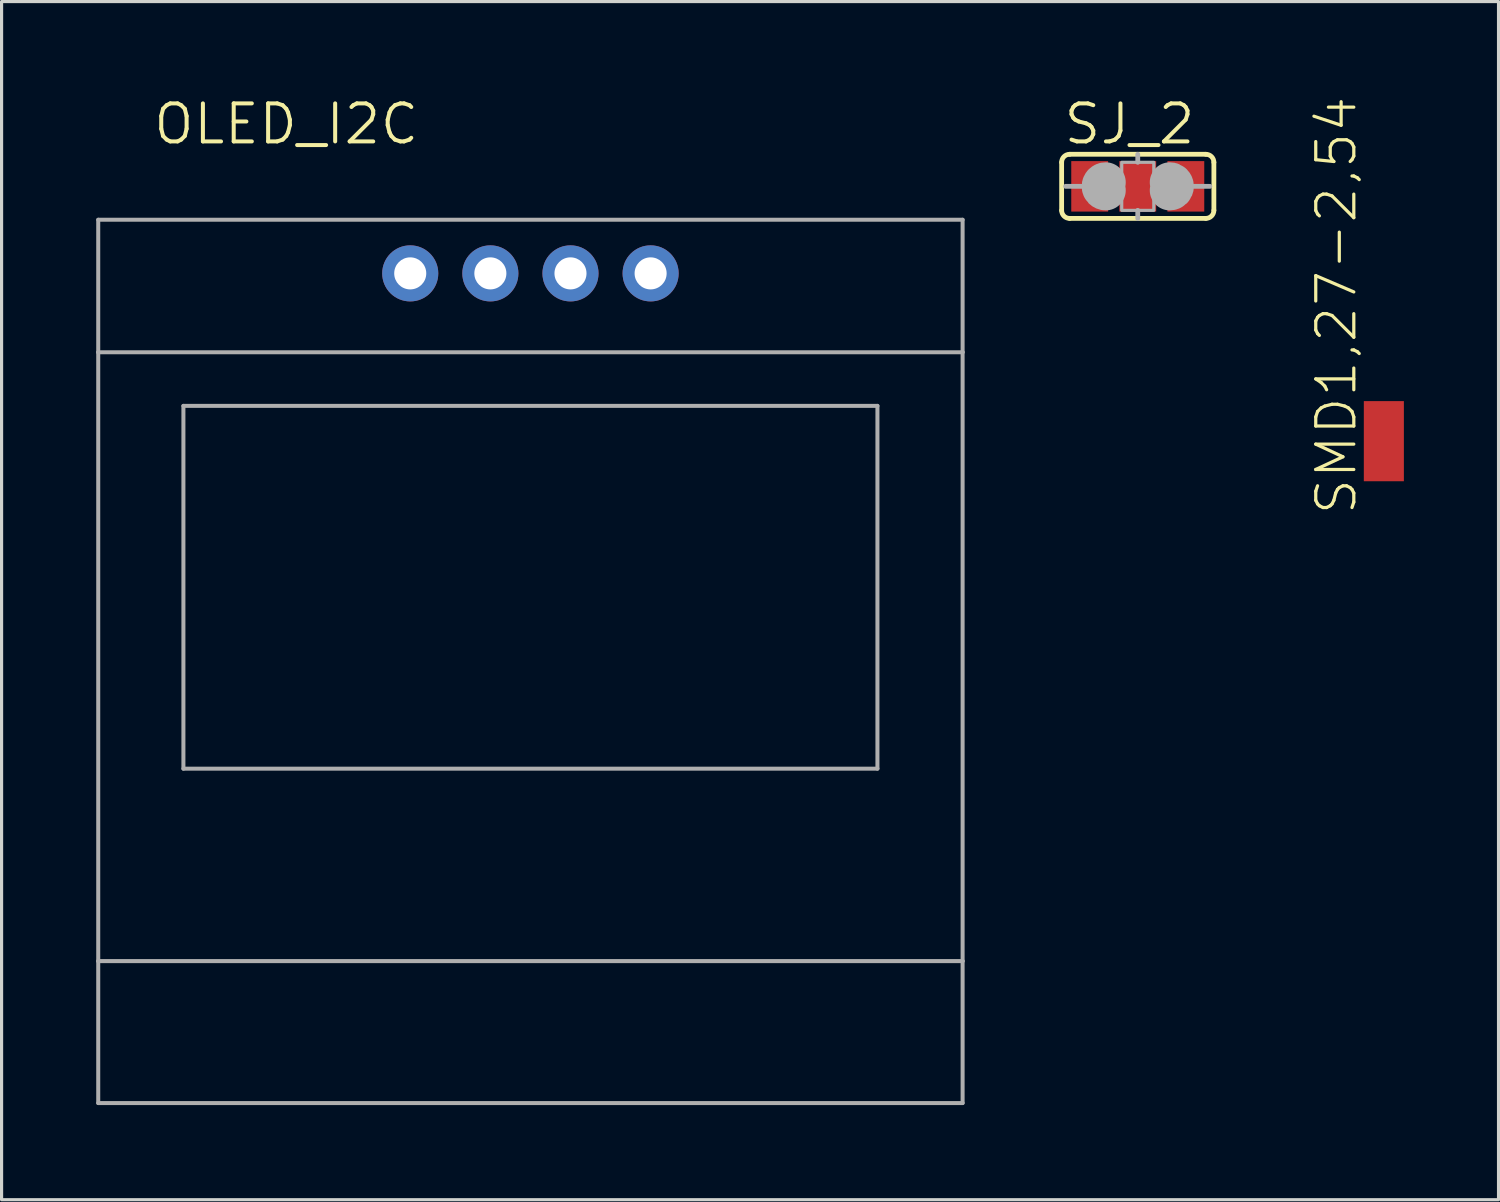
<source format=kicad_pcb>
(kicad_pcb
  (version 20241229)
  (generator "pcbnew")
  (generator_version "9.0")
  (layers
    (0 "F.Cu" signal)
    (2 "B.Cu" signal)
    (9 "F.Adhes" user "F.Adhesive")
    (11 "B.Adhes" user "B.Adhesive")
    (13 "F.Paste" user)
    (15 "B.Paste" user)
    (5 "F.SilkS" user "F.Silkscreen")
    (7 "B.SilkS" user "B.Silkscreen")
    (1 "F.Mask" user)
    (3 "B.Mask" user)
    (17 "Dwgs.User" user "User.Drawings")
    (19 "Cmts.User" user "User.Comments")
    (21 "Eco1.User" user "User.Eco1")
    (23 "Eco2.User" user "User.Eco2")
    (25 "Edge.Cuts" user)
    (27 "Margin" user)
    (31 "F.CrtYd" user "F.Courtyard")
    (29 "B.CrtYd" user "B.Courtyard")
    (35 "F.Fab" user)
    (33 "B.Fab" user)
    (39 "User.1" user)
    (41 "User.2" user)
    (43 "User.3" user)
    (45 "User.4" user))
  (footprint "SJ_2"
    (layer "F.Cu")
    (at 33.016 2.857)
    (property "Reference" "SJ_2" (at -2.413 -1.27 0) (layer "F.SilkS") (effects (font (size 1.206 1.206) (thickness 0.127)) (justify left bottom)))
    (attr through_hole)
    (fp_line (start -2.413 0.762) (end -2.413 -0.762) (stroke (width 0.152) (type solid)) (layer "F.SilkS"))
    (fp_line (start -2.159 -1.016) (end 2.159 -1.016) (stroke (width 0.152) (type solid)) (layer "F.SilkS"))
    (fp_line (start 2.159 1.016) (end -2.159 1.016) (stroke (width 0.152) (type solid)) (layer "F.SilkS"))
    (fp_line (start 2.413 0.762) (end 2.413 -0.762) (stroke (width 0.152) (type solid)) (layer "F.SilkS"))
    (fp_arc (start -2.413 -0.762) (mid -2.338605 -0.941605) (end -2.159 -1.016) (stroke (width 0.1524) (type solid)) (layer "F.SilkS"))
    (fp_arc (start -2.159 1.016) (mid -2.338605 0.941605) (end -2.413 0.762) (stroke (width 0.1524) (type solid)) (layer "F.SilkS"))
    (fp_arc (start 2.159 -1.016) (mid 2.338605 -0.941605) (end 2.413 -0.762) (stroke (width 0.1524) (type solid)) (layer "F.SilkS"))
    (fp_arc (start 2.413 0.762) (mid 2.338605 0.941605) (end 2.159 1.016) (stroke (width 0.1524) (type solid)) (layer "F.SilkS"))
    (fp_line (start -1.778 0) (end -2.286 0) (stroke (width 0.152) (type solid)) (layer "F.Fab"))
    (fp_line (start 0 -0.762) (end 0 -1.016) (stroke (width 0.152) (type solid)) (layer "F.Fab"))
    (fp_line (start 0 1.016) (end 0 0.762) (stroke (width 0.152) (type solid)) (layer "F.Fab"))
    (fp_line (start 1.778 0) (end 2.286 0) (stroke (width 0.152) (type solid)) (layer "F.Fab"))
    (fp_arc (start -1.016 0.127) (mid -1.143 0) (end -1.016 -0.127) (stroke (width 1.27) (type solid)) (layer "F.Fab"))
    (fp_arc (start 1.016 -0.127) (mid 1.143 0) (end 1.016 0.127) (stroke (width 1.27) (type solid)) (layer "F.Fab"))
    (fp_poly (pts (xy -0.508 0.762) (xy 0.508 0.762) (xy 0.508 -0.762) (xy -0.508 -0.762)) (stroke (width 0.1) (type solid)) (fill no) (layer "F.Fab"))
    (pad "1" smd rect (at -1.524 0) (size 1.168 1.6) (layers "F.Cu" "F.Mask" "F.Paste"))
    (pad "2" smd rect (at 0 0) (size 1.168 1.6) (layers "F.Cu" "F.Mask" "F.Paste"))
    (pad "3" smd rect (at 1.524 0) (size 1.168 1.6) (layers "F.Cu" "F.Mask" "F.Paste")))
  (footprint "SMD1,27-2,54"
    (layer "F.Cu")
    (at 40.817 10.935)
    (property "Reference" "SMD1,27-2,54" (at -0.8 2.4 90) (layer "F.SilkS") (effects (font (size 1.206 1.206) (thickness 0.102)) (justify left bottom)))
    (attr through_hole)
    (pad "1" smd rect (at 0 0) (size 1.27 2.54) (layers "F.Cu" "F.Mask" "F.Paste")))
  (footprint "OLED_I2C"
    (layer "F.Cu")
    (at 13.764 5.616)
    (property "Reference" "OLED_I2C" (at -12.016 -4.029 0) (layer "F.SilkS") (effects (font (size 1.206 1.206) (thickness 0.127)) (justify left bottom)))
    (attr through_hole)
    (fp_line (start -13.7 -1.7) (end 13.7 -1.7) (stroke (width 0.127) (type solid)) (layer "F.Fab"))
    (fp_line (start -13.7 2.5) (end -13.7 -1.7) (stroke (width 0.127) (type solid)) (layer "F.Fab"))
    (fp_line (start -13.7 2.5) (end 13.7 2.5) (stroke (width 0.127) (type solid)) (layer "F.Fab"))
    (fp_line (start -13.7 21.8) (end -13.7 2.5) (stroke (width 0.127) (type solid)) (layer "F.Fab"))
    (fp_line (start -13.7 21.8) (end 13.7 21.8) (stroke (width 0.127) (type solid)) (layer "F.Fab"))
    (fp_line (start -13.7 26.3) (end -13.7 21.8) (stroke (width 0.127) (type solid)) (layer "F.Fab"))
    (fp_line (start -11 4.2) (end 11 4.2) (stroke (width 0.127) (type solid)) (layer "F.Fab"))
    (fp_line (start -11 15.7) (end -11 4.2) (stroke (width 0.127) (type solid)) (layer "F.Fab"))
    (fp_line (start 11 4.2) (end 11 15.7) (stroke (width 0.127) (type solid)) (layer "F.Fab"))
    (fp_line (start 11 15.7) (end -11 15.7) (stroke (width 0.127) (type solid)) (layer "F.Fab"))
    (fp_line (start 13.7 -1.7) (end 13.7 2.5) (stroke (width 0.127) (type solid)) (layer "F.Fab"))
    (fp_line (start 13.7 2.5) (end 13.7 21.8) (stroke (width 0.127) (type solid)) (layer "F.Fab"))
    (fp_line (start 13.7 21.8) (end 13.7 26.3) (stroke (width 0.127) (type solid)) (layer "F.Fab"))
    (fp_line (start 13.7 26.3) (end -13.7 26.3) (stroke (width 0.127) (type solid)) (layer "F.Fab"))
    (fp_poly (pts (xy -4.064 0.254) (xy -3.556 0.254) (xy -3.556 -0.254) (xy -4.064 -0.254)) (stroke (width 0.1) (type solid)) (fill no) (layer "F.Fab"))
    (fp_poly (pts (xy -1.524 0.254) (xy -1.016 0.254) (xy -1.016 -0.254) (xy -1.524 -0.254)) (stroke (width 0.1) (type solid)) (fill no) (layer "F.Fab"))
    (fp_poly (pts (xy 1.016 0.254) (xy 1.524 0.254) (xy 1.524 -0.254) (xy 1.016 -0.254)) (stroke (width 0.1) (type solid)) (fill no) (layer "F.Fab"))
    (fp_poly (pts (xy 3.556 0.254) (xy 4.064 0.254) (xy 4.064 -0.254) (xy 3.556 -0.254)) (stroke (width 0.1) (type solid)) (fill no) (layer "F.Fab"))
    (pad "1" thru_hole circle (at -3.81 0 90) (size 1.778 1.778) (drill 1.016) (layers "*.Cu" "*.Mask"))
    (pad "2" thru_hole circle (at -1.27 0 90) (size 1.778 1.778) (drill 1.016) (layers "*.Cu" "*.Mask"))
    (pad "3" thru_hole circle (at 1.27 0 90) (size 1.778 1.778) (drill 1.016) (layers "*.Cu" "*.Mask"))
    (pad "4" thru_hole circle (at 3.81 0 90) (size 1.778 1.778) (drill 1.016) (layers "*.Cu" "*.Mask")))
  (gr_rect
    (start -3 -3)
    (end 44.452 34.98)
    (stroke (width 0.1) (type default))
    (fill no)
    (layer "Edge.Cuts")))
</source>
